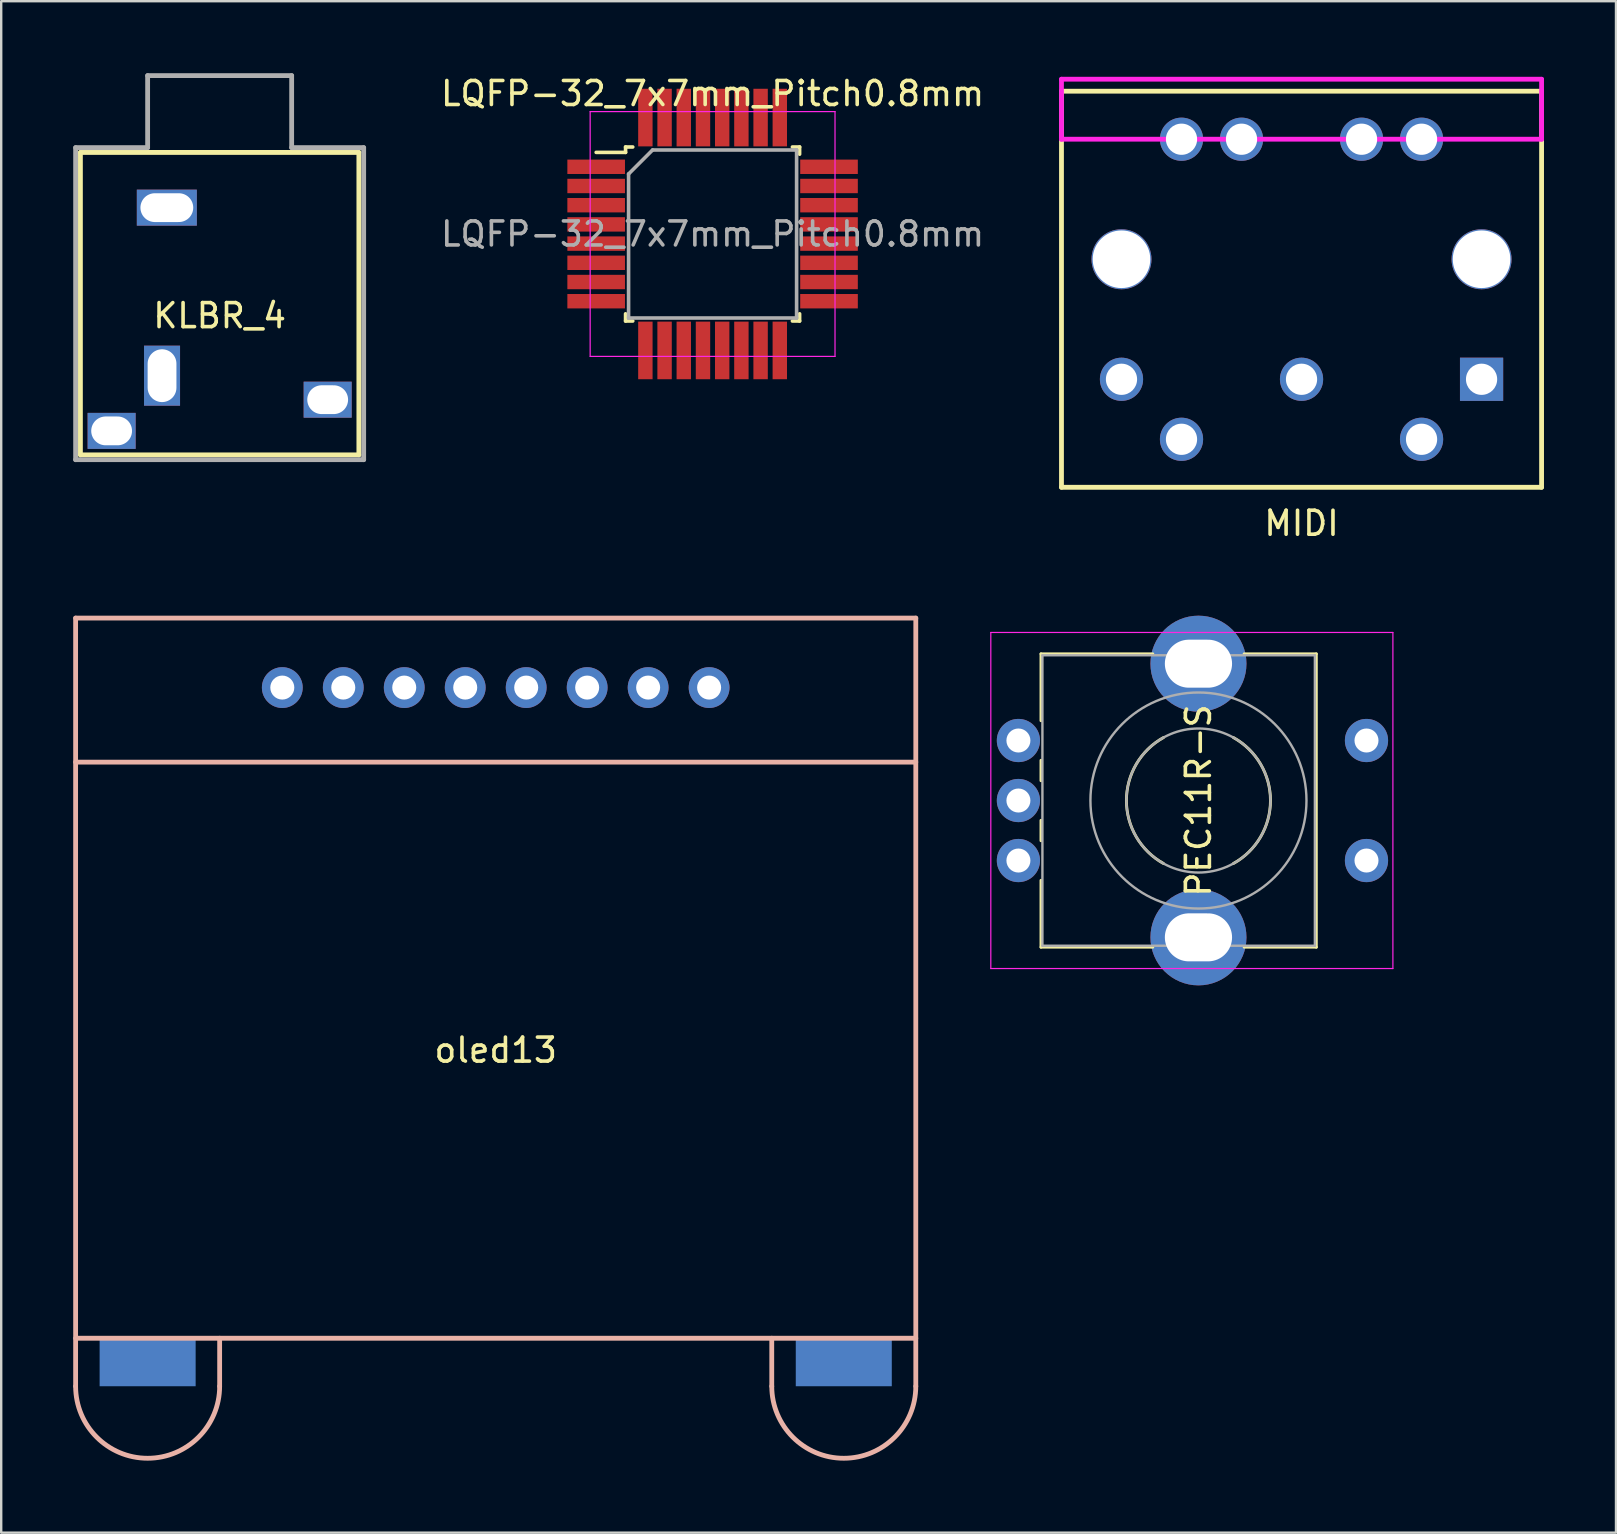
<source format=kicad_pcb>
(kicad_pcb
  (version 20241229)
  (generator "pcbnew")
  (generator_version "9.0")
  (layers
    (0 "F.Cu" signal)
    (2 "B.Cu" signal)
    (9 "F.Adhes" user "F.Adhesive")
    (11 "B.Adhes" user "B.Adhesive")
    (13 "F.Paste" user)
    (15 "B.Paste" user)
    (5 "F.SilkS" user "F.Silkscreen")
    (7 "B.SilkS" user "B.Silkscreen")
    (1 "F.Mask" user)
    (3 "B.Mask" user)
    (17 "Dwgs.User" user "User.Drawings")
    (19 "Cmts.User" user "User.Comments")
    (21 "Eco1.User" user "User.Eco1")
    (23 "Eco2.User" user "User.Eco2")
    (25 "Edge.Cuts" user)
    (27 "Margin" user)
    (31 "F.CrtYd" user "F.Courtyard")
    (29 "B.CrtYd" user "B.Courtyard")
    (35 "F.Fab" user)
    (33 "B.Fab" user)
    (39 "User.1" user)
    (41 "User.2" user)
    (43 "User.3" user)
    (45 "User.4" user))
  (footprint "PEC11R-S"
    (layer "F.Cu")
    (at 39.375 32.798)
    (property "Reference" "PEC11R-S" (at 7.5 -2.5 90) (layer "F.SilkS") (effects (font (size 1 1) (thickness 0.15))))
    (attr through_hole)
    (fp_line (start 0.94 -8.61) (end 0.94 -5.825) (stroke (width 0.12) (type solid)) (layer "F.SilkS"))
    (fp_line (start 0.94 -8.61) (end 5.598 -8.61) (stroke (width 0.12) (type solid)) (layer "F.SilkS"))
    (fp_line (start 0.94 -4.175) (end 0.94 -3.325) (stroke (width 0.12) (type solid)) (layer "F.SilkS"))
    (fp_line (start 0.94 -1.675) (end 0.94 -0.825) (stroke (width 0.12) (type solid)) (layer "F.SilkS"))
    (fp_line (start 0.94 0.825) (end 0.94 3.61) (stroke (width 0.12) (type solid)) (layer "F.SilkS"))
    (fp_line (start 0.94 3.61) (end 5.598 3.61) (stroke (width 0.12) (type solid)) (layer "F.SilkS"))
    (fp_line (start 9.403 -8.61) (end 12.41 -8.61) (stroke (width 0.12) (type solid)) (layer "F.SilkS"))
    (fp_line (start 9.403 3.61) (end 12.41 3.61) (stroke (width 0.12) (type solid)) (layer "F.SilkS"))
    (fp_line (start 12.41 -8.61) (end 12.41 3.61) (stroke (width 0.12) (type solid)) (layer "F.SilkS"))
    (fp_arc (start 6.044376 0.1241) (mid 4.49921 -2.500928) (end 6.046 -5.125) (stroke (width 0.12) (type solid)) (layer "F.SilkS"))
    (fp_arc (start 8.954246 -5.124418) (mid 10.5004 -2.500431) (end 8.955 0.124) (stroke (width 0.12) (type solid)) (layer "F.SilkS"))
    (fp_line (start -1.15 -9.5) (end -1.15 4.5) (stroke (width 0.05) (type solid)) (layer "F.CrtYd"))
    (fp_line (start -1.15 4.5) (end 15.6 4.5) (stroke (width 0.05) (type solid)) (layer "F.CrtYd"))
    (fp_line (start 15.6 -9.5) (end -1.15 -9.5) (stroke (width 0.05) (type solid)) (layer "F.CrtYd"))
    (fp_line (start 15.6 4.5) (end 15.6 -9.5) (stroke (width 0.05) (type solid)) (layer "F.CrtYd"))
    (fp_line (start 1 -8.55) (end 1 3.55) (stroke (width 0.1) (type solid)) (layer "F.Fab"))
    (fp_line (start 1 3.55) (end 12.35 3.55) (stroke (width 0.1) (type solid)) (layer "F.Fab"))
    (fp_line (start 12.35 -8.55) (end 1 -8.55) (stroke (width 0.1) (type solid)) (layer "F.Fab"))
    (fp_line (start 12.35 3.55) (end 12.35 -8.55) (stroke (width 0.1) (type solid)) (layer "F.Fab"))
    (fp_circle (center 7.5 -2.5) (end 10.5 -2.5) (stroke (width 0.1) (type solid)) (fill no) (layer "F.Fab"))
    (fp_circle (center 7.5 -2.5) (end 12 -2.5) (stroke (width 0.1) (type solid)) (fill no) (layer "F.Fab"))
    (pad "" np_thru_hole circle (at 7.5 -8.2) (size 4 4) (drill oval 2.8 2) (layers "*.Cu" "*.Mask"))
    (pad "" np_thru_hole circle (at 7.5 3.2) (size 4 4) (drill oval 2.8 2) (layers "*.Cu" "*.Mask"))
    (pad "A" thru_hole circle (at 0 0) (size 1.8 1.8) (drill 1) (layers "*.Cu" "*.Mask"))
    (pad "B" thru_hole circle (at 0 -5) (size 1.8 1.8) (drill 1) (layers "*.Cu" "*.Mask"))
    (pad "C" thru_hole circle (at 0 -2.5) (size 1.8 1.8) (drill 1) (layers "*.Cu" "*.Mask"))
    (pad "S1" thru_hole circle (at 14.5 -5) (size 1.8 1.8) (drill 1) (layers "*.Cu" "*.Mask"))
    (pad "S2" thru_hole circle (at 14.5 0) (size 1.8 1.8) (drill 1) (layers "*.Cu" "*.Mask")))
  (footprint "oled13"
    (layer "F.Cu")
    (at 17.6 40.198)
    (property "Reference" "oled13" (at 0 0.5 0) (layer "F.SilkS") (effects (font (size 1 1) (thickness 0.15))))
    (attr through_hole)
    (fp_line (start -17.5 -17.5) (end -17.5 14.5) (stroke (width 0.2) (type solid)) (layer "B.SilkS"))
    (fp_line (start -17.5 -17.5) (end 17.5 -17.5) (stroke (width 0.2) (type solid)) (layer "B.SilkS"))
    (fp_line (start -17.5 -11.5) (end 17.5 -11.5) (stroke (width 0.2) (type solid)) (layer "B.SilkS"))
    (fp_line (start -17.5 12.5) (end 17.5 12.5) (stroke (width 0.2) (type solid)) (layer "B.SilkS"))
    (fp_line (start -11.5 12.5) (end -11.5 14.5) (stroke (width 0.2) (type solid)) (layer "B.SilkS"))
    (fp_line (start 11.5 12.5) (end 11.5 14.5) (stroke (width 0.2) (type solid)) (layer "B.SilkS"))
    (fp_line (start 17.5 -17.5) (end 17.5 14.5) (stroke (width 0.2) (type solid)) (layer "B.SilkS"))
    (fp_arc (start -11.5 14.5) (mid -14.5 17.5) (end -17.5 14.5) (stroke (width 0.2) (type solid)) (layer "B.SilkS"))
    (fp_arc (start 17.5 14.5) (mid 14.5 17.5) (end 11.5 14.5) (stroke (width 0.2) (type solid)) (layer "B.SilkS"))
    (pad "" smd rect (at -14.5 13.5) (size 4 2) (layers "B.Cu" "B.Mask" "B.Paste"))
    (pad "" smd rect (at 14.5 13.5) (size 4 2) (layers "B.Cu" "B.Mask" "B.Paste"))
    (pad "1" thru_hole circle (at 8.89 -14.605) (size 1.7 1.7) (drill 1) (layers "*.Cu" "*.Mask"))
    (pad "2" thru_hole circle (at 6.35 -14.605) (size 1.7 1.7) (drill 1) (layers "*.Cu" "*.Mask"))
    (pad "3" thru_hole circle (at 3.81 -14.605) (size 1.7 1.7) (drill 1) (layers "*.Cu" "*.Mask"))
    (pad "4" thru_hole circle (at 1.27 -14.605) (size 1.7 1.7) (drill 1) (layers "*.Cu" "*.Mask"))
    (pad "5" thru_hole circle (at -1.27 -14.605) (size 1.7 1.7) (drill 1) (layers "*.Cu" "*.Mask"))
    (pad "6" thru_hole circle (at -3.81 -14.605) (size 1.7 1.7) (drill 1) (layers "*.Cu" "*.Mask"))
    (pad "7" thru_hole circle (at -6.35 -14.605) (size 1.7 1.7) (drill 1) (layers "*.Cu" "*.Mask"))
    (pad "8" thru_hole circle (at -8.89 -14.605) (size 1.7 1.7) (drill 1) (layers "*.Cu" "*.Mask")))
  (footprint "MIDI"
    (layer "F.Cu")
    (at 51.169 0.25)
    (property "Reference" "MIDI" (at 0 18.5 0) (layer "F.SilkS") (effects (font (size 1 1) (thickness 0.15))))
    (attr through_hole)
    (fp_line (start -10 0.5) (end 10 0.5) (stroke (width 0.2) (type solid)) (layer "F.SilkS"))
    (fp_line (start -10 17) (end -10 0.5) (stroke (width 0.2) (type solid)) (layer "F.SilkS"))
    (fp_line (start 10 0.5) (end 10 17) (stroke (width 0.2) (type solid)) (layer "F.SilkS"))
    (fp_line (start 10 17) (end -10 17) (stroke (width 0.2) (type solid)) (layer "F.SilkS"))
    (fp_line (start -10 0) (end 10 0) (stroke (width 0.2) (type solid)) (layer "F.CrtYd"))
    (fp_line (start -10 2.5) (end -10 0) (stroke (width 0.2) (type solid)) (layer "F.CrtYd"))
    (fp_line (start -10 2.5) (end 10 2.5) (stroke (width 0.2) (type solid)) (layer "F.CrtYd"))
    (fp_line (start 10 0) (end 10 2.5) (stroke (width 0.2) (type solid)) (layer "F.CrtYd"))
    (pad "" thru_hole circle (at -7.5 7.5) (size 2.5 2.5) (drill 2.4) (layers "*.Cu" "*.Mask"))
    (pad "" thru_hole circle (at -5 2.5) (size 1.8 1.8) (drill 1.3) (layers "*.Cu" "*.Mask"))
    (pad "" thru_hole circle (at -2.5 2.5) (size 1.8 1.8) (drill 1.3) (layers "*.Cu" "*.Mask"))
    (pad "" thru_hole circle (at 2.5 2.5) (size 1.8 1.8) (drill 1.3) (layers "*.Cu" "*.Mask"))
    (pad "" thru_hole circle (at 5 2.5) (size 1.8 1.8) (drill 1.3) (layers "*.Cu" "*.Mask"))
    (pad "" thru_hole circle (at 7.5 7.5) (size 2.5 2.5) (drill 2.4) (layers "*.Cu" "*.Mask"))
    (pad "1" thru_hole circle (at -7.5 12.5) (size 1.8 1.8) (drill 1.3) (layers "*.Cu" "*.Mask"))
    (pad "2" thru_hole circle (at 0 12.5) (size 1.8 1.8) (drill 1.3) (layers "*.Cu" "*.Mask"))
    (pad "3" thru_hole rect (at 7.5 12.5) (size 1.8 1.8) (drill 1.3) (layers "*.Cu" "*.Mask"))
    (pad "4" thru_hole circle (at -5 15) (size 1.8 1.8) (drill 1.3) (layers "*.Cu" "*.Mask"))
    (pad "5" thru_hole circle (at 5 15) (size 1.8 1.8) (drill 1.3) (layers "*.Cu" "*.Mask")))
  (footprint "LQFP-32_7x7mm_Pitch0.8mm"
    (layer "F.Cu")
    (at 26.635 6.698)
    (property "Reference" "LQFP-32_7x7mm_Pitch0.8mm" (at 0 -5.85 0) (layer "F.SilkS") (effects (font (size 1 1) (thickness 0.15))))
    (attr smd)
    (fp_line (start -3.625 -3.625) (end -3.625 -3.4) (stroke (width 0.15) (type solid)) (layer "F.SilkS"))
    (fp_line (start -3.625 -3.625) (end -3.325 -3.625) (stroke (width 0.15) (type solid)) (layer "F.SilkS"))
    (fp_line (start -3.625 -3.4) (end -4.85 -3.4) (stroke (width 0.15) (type solid)) (layer "F.SilkS"))
    (fp_line (start -3.625 3.625) (end -3.625 3.325) (stroke (width 0.15) (type solid)) (layer "F.SilkS"))
    (fp_line (start -3.625 3.625) (end -3.325 3.625) (stroke (width 0.15) (type solid)) (layer "F.SilkS"))
    (fp_line (start 3.625 -3.625) (end 3.325 -3.625) (stroke (width 0.15) (type solid)) (layer "F.SilkS"))
    (fp_line (start 3.625 -3.625) (end 3.625 -3.325) (stroke (width 0.15) (type solid)) (layer "F.SilkS"))
    (fp_line (start 3.625 3.625) (end 3.325 3.625) (stroke (width 0.15) (type solid)) (layer "F.SilkS"))
    (fp_line (start 3.625 3.625) (end 3.625 3.325) (stroke (width 0.15) (type solid)) (layer "F.SilkS"))
    (fp_line (start -5.1 -5.1) (end -5.1 5.1) (stroke (width 0.05) (type solid)) (layer "F.CrtYd"))
    (fp_line (start -5.1 -5.1) (end 5.1 -5.1) (stroke (width 0.05) (type solid)) (layer "F.CrtYd"))
    (fp_line (start -5.1 5.1) (end 5.1 5.1) (stroke (width 0.05) (type solid)) (layer "F.CrtYd"))
    (fp_line (start 5.1 -5.1) (end 5.1 5.1) (stroke (width 0.05) (type solid)) (layer "F.CrtYd"))
    (fp_line (start -3.5 -2.5) (end -2.5 -3.5) (stroke (width 0.15) (type solid)) (layer "F.Fab"))
    (fp_line (start -3.5 3.5) (end -3.5 -2.5) (stroke (width 0.15) (type solid)) (layer "F.Fab"))
    (fp_line (start -2.5 -3.5) (end 3.5 -3.5) (stroke (width 0.15) (type solid)) (layer "F.Fab"))
    (fp_line (start 3.5 -3.5) (end 3.5 3.5) (stroke (width 0.15) (type solid)) (layer "F.Fab"))
    (fp_line (start 3.5 3.5) (end -3.5 3.5) (stroke (width 0.15) (type solid)) (layer "F.Fab"))
    (fp_text user "${REFERENCE}" (at 0 0 0) (layer "F.Fab") (effects (font (size 1 1) (thickness 0.15))))
    (pad "1" smd rect (at -4.85 -2.8) (size 2.4 0.6) (layers "F.Cu" "F.Mask" "F.Paste"))
    (pad "2" smd rect (at -4.85 -2) (size 2.4 0.6) (layers "F.Cu" "F.Mask" "F.Paste"))
    (pad "3" smd rect (at -4.85 -1.2) (size 2.4 0.6) (layers "F.Cu" "F.Mask" "F.Paste"))
    (pad "4" smd rect (at -4.85 -0.4) (size 2.4 0.6) (layers "F.Cu" "F.Mask" "F.Paste"))
    (pad "5" smd rect (at -4.85 0.4) (size 2.4 0.6) (layers "F.Cu" "F.Mask" "F.Paste"))
    (pad "6" smd rect (at -4.85 1.2) (size 2.4 0.6) (layers "F.Cu" "F.Mask" "F.Paste"))
    (pad "7" smd rect (at -4.85 2) (size 2.4 0.6) (layers "F.Cu" "F.Mask" "F.Paste"))
    (pad "8" smd rect (at -4.85 2.8) (size 2.4 0.6) (layers "F.Cu" "F.Mask" "F.Paste"))
    (pad "9" smd rect (at -2.8 4.85 90) (size 2.4 0.6) (layers "F.Cu" "F.Mask" "F.Paste"))
    (pad "10" smd rect (at -2 4.85 90) (size 2.4 0.6) (layers "F.Cu" "F.Mask" "F.Paste"))
    (pad "11" smd rect (at -1.2 4.85 90) (size 2.4 0.6) (layers "F.Cu" "F.Mask" "F.Paste"))
    (pad "12" smd rect (at -0.4 4.85 90) (size 2.4 0.6) (layers "F.Cu" "F.Mask" "F.Paste"))
    (pad "13" smd rect (at 0.4 4.85 90) (size 2.4 0.6) (layers "F.Cu" "F.Mask" "F.Paste"))
    (pad "14" smd rect (at 1.2 4.85 90) (size 2.4 0.6) (layers "F.Cu" "F.Mask" "F.Paste"))
    (pad "15" smd rect (at 2 4.85 90) (size 2.4 0.6) (layers "F.Cu" "F.Mask" "F.Paste"))
    (pad "16" smd rect (at 2.8 4.85 90) (size 2.4 0.6) (layers "F.Cu" "F.Mask" "F.Paste"))
    (pad "17" smd rect (at 4.85 2.8) (size 2.4 0.6) (layers "F.Cu" "F.Mask" "F.Paste"))
    (pad "18" smd rect (at 4.85 2) (size 2.4 0.6) (layers "F.Cu" "F.Mask" "F.Paste"))
    (pad "19" smd rect (at 4.85 1.2) (size 2.4 0.6) (layers "F.Cu" "F.Mask" "F.Paste"))
    (pad "20" smd rect (at 4.85 0.4) (size 2.4 0.6) (layers "F.Cu" "F.Mask" "F.Paste"))
    (pad "21" smd rect (at 4.85 -0.4) (size 2.4 0.6) (layers "F.Cu" "F.Mask" "F.Paste"))
    (pad "22" smd rect (at 4.85 -1.2) (size 2.4 0.6) (layers "F.Cu" "F.Mask" "F.Paste"))
    (pad "23" smd rect (at 4.85 -2) (size 2.4 0.6) (layers "F.Cu" "F.Mask" "F.Paste"))
    (pad "24" smd rect (at 4.85 -2.8) (size 2.4 0.6) (layers "F.Cu" "F.Mask" "F.Paste"))
    (pad "25" smd rect (at 2.8 -4.85 90) (size 2.4 0.6) (layers "F.Cu" "F.Mask" "F.Paste"))
    (pad "26" smd rect (at 2 -4.85 90) (size 2.4 0.6) (layers "F.Cu" "F.Mask" "F.Paste"))
    (pad "27" smd rect (at 1.2 -4.85 90) (size 2.4 0.6) (layers "F.Cu" "F.Mask" "F.Paste"))
    (pad "28" smd rect (at 0.4 -4.85 90) (size 2.4 0.6) (layers "F.Cu" "F.Mask" "F.Paste"))
    (pad "29" smd rect (at -0.4 -4.85 90) (size 2.4 0.6) (layers "F.Cu" "F.Mask" "F.Paste"))
    (pad "30" smd rect (at -1.2 -4.85 90) (size 2.4 0.6) (layers "F.Cu" "F.Mask" "F.Paste"))
    (pad "31" smd rect (at -2 -4.85 90) (size 2.4 0.6) (layers "F.Cu" "F.Mask" "F.Paste"))
    (pad "32" smd rect (at -2.8 -4.85 90) (size 2.4 0.6) (layers "F.Cu" "F.Mask" "F.Paste")))
  (footprint "KLBR_4"
    (layer "F.Cu")
    (at 6.1 3.1)
    (property "Reference" "KLBR_4" (at 0 7 0) (layer "F.SilkS") (effects (font (size 1 1) (thickness 0.15))))
    (attr through_hole)
    (fp_line (start -5.8 0.2) (end -5.8 12.8) (stroke (width 0.2) (type solid)) (layer "F.SilkS"))
    (fp_line (start -5.8 12.8) (end 5.8 12.8) (stroke (width 0.2) (type solid)) (layer "F.SilkS"))
    (fp_line (start 5.8 0.2) (end -5.8 0.2) (stroke (width 0.2) (type solid)) (layer "F.SilkS"))
    (fp_line (start 5.8 12.8) (end 5.8 0.2) (stroke (width 0.2) (type solid)) (layer "F.SilkS"))
    (fp_line (start -6 0) (end -6 13) (stroke (width 0.2) (type solid)) (layer "F.Fab"))
    (fp_line (start -6 0) (end -3 0) (stroke (width 0.2) (type solid)) (layer "F.Fab"))
    (fp_line (start -6 13) (end 6 13) (stroke (width 0.2) (type solid)) (layer "F.Fab"))
    (fp_line (start -3 0) (end -3 -3) (stroke (width 0.2) (type solid)) (layer "F.Fab"))
    (fp_line (start 3 -3) (end -3 -3) (stroke (width 0.2) (type solid)) (layer "F.Fab"))
    (fp_line (start 3 0) (end 3 -3) (stroke (width 0.2) (type solid)) (layer "F.Fab"))
    (fp_line (start 3 0) (end 6 0) (stroke (width 0.2) (type solid)) (layer "F.Fab"))
    (fp_line (start 6 13) (end 6 0) (stroke (width 0.2) (type solid)) (layer "F.Fab"))
    (pad "" thru_hole rect (at -2.4 9.5) (size 1.5 2.5) (drill oval 1.2 2.2) (layers "*.Cu" "*.Mask"))
    (pad "R" thru_hole rect (at -4.5 11.8) (size 2 1.5) (drill oval 1.7 1.2) (layers "*.Cu" "*.Mask"))
    (pad "S" thru_hole rect (at -2.2 2.5) (size 2.5 1.5) (drill oval 2.2 1.2) (layers "*.Cu" "*.Mask"))
    (pad "T" thru_hole rect (at 4.5 10.5) (size 2 1.5) (drill oval 1.7 1.2) (layers "*.Cu" "*.Mask")))
  (gr_rect
    (start -3 -3)
    (end 64.269 60.798)
    (stroke (width 0.1) (type default))
    (fill no)
    (layer "Edge.Cuts")))
</source>
